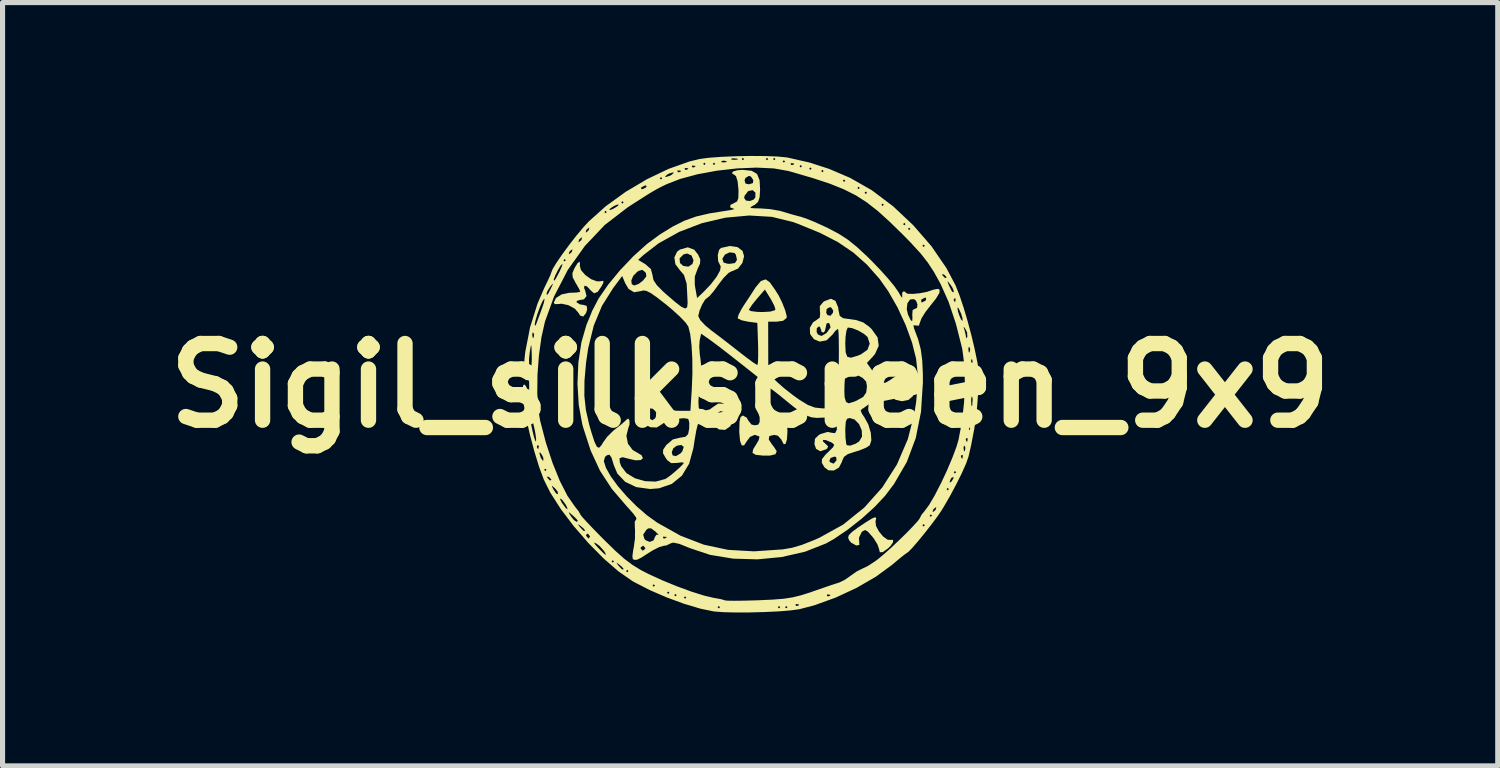
<source format=kicad_pcb>
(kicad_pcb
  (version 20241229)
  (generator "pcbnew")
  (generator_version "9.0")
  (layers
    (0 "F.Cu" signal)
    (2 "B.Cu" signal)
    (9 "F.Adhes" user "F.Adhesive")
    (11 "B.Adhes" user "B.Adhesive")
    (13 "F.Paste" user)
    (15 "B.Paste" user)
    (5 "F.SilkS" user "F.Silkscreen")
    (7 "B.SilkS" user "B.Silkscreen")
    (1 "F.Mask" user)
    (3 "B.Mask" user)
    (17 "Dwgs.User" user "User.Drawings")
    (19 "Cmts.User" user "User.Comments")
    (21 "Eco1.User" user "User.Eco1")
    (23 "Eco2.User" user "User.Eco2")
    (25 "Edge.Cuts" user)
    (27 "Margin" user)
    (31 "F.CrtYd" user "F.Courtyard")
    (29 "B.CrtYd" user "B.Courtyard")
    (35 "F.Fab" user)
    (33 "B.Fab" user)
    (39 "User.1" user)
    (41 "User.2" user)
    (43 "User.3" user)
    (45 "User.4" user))
  (footprint "Sigil_silkscreen_9x9"
    (layer "F.Cu")
    (at 11.621 4.49)
    (property "Reference" "Sigil_silkscreen_9x9" (at 0 0 0) (layer "F.SilkS") (effects (font (size 1.5 1.5) (thickness 0.3))))
    (attr board_only exclude_from_pos_files exclude_from_bom)
    (fp_poly (pts (xy 2.466 2.6) (xy 2.452 2.657) (xy 2.462 2.746) (xy 2.519 2.854) (xy 2.602 2.954) (xy 2.688 3.015) (xy 2.74 3.02) (xy 2.796 3.018) (xy 2.795 3.066) (xy 2.743 3.141) (xy 2.698 3.184) (xy 2.593 3.259) (xy 2.537 3.261) (xy 2.52 3.193) (xy 2.52 3.193) (xy 2.49 3.107) (xy 2.418 2.991) (xy 2.387 2.952) (xy 2.302 2.856) (xy 2.248 2.826) (xy 2.199 2.851) (xy 2.181 2.868) (xy 2.128 2.978) (xy 2.132 3.043) (xy 2.136 3.118) (xy 2.08 3.128) (xy 2.073 3.127) (xy 1.978 3.075) (xy 1.938 3.029) (xy 1.917 2.978) (xy 1.93 2.928) (xy 1.99 2.866) (xy 2.109 2.778) (xy 2.249 2.684) (xy 2.38 2.602) (xy 2.448 2.575)) (stroke (width 0) (type solid)) (fill yes) (layer "F.SilkS"))
    (fp_poly (pts (xy -3.327 -2.372) (xy -3.332 -2.344) (xy -3.308 -2.257) (xy -3.224 -2.161) (xy -3.11 -2.08) (xy -2.995 -2.037) (xy -2.939 -2.038) (xy -2.872 -2.048) (xy -2.87 -2.012) (xy -2.9 -1.951) (xy -2.98 -1.832) (xy -3.052 -1.804) (xy -3.122 -1.864) (xy -3.122 -1.865) (xy -3.192 -1.939) (xy -3.241 -1.953) (xy -3.247 -1.907) (xy -3.227 -1.86) (xy -3.199 -1.75) (xy -3.25 -1.686) (xy -3.328 -1.673) (xy -3.391 -1.654) (xy -3.393 -1.626) (xy -3.326 -1.586) (xy -3.272 -1.579) (xy -3.197 -1.559) (xy -3.187 -1.491) (xy -3.209 -1.418) (xy -3.264 -1.349) (xy -3.326 -1.369) (xy -3.353 -1.415) (xy -3.428 -1.503) (xy -3.554 -1.571) (xy -3.687 -1.6) (xy -3.739 -1.594) (xy -3.818 -1.592) (xy -3.841 -1.617) (xy -3.798 -1.711) (xy -3.687 -1.782) (xy -3.532 -1.814) (xy -3.507 -1.814) (xy -3.391 -1.819) (xy -3.326 -1.832) (xy -3.322 -1.837) (xy -3.344 -1.888) (xy -3.399 -1.985) (xy -3.414 -2.009) (xy -3.471 -2.118) (xy -3.476 -2.199) (xy -3.436 -2.293) (xy -3.374 -2.395) (xy -3.334 -2.423)) (stroke (width 0) (type solid)) (fill yes) (layer "F.SilkS"))
    (fp_poly (pts (xy 0.285 -4.488) (xy 0.529 -4.479) (xy 0.709 -4.462) (xy 0.739 -4.457) (xy 1.162 -4.361) (xy 1.547 -4.236) (xy 1.947 -4.065) (xy 1.956 -4.061) (xy 2.379 -3.82) (xy 2.797 -3.505) (xy 3.192 -3.133) (xy 3.546 -2.725) (xy 3.839 -2.297) (xy 4.019 -1.956) (xy 4.096 -1.761) (xy 4.176 -1.521) (xy 4.255 -1.254) (xy 4.329 -0.977) (xy 4.393 -0.706) (xy 4.444 -0.458) (xy 4.477 -0.25) (xy 4.49 -0.1) (xy 4.478 -0.026) (xy 4.466 0.035) (xy 4.456 0.16) (xy 4.449 0.286) (xy 4.429 0.539) (xy 4.384 0.846) (xy 4.321 1.174) (xy 4.271 1.39) (xy 4.225 1.523) (xy 4.141 1.712) (xy 4.031 1.933) (xy 3.908 2.163) (xy 3.784 2.377) (xy 3.736 2.455) (xy 3.652 2.576) (xy 3.539 2.727) (xy 3.412 2.889) (xy 3.286 3.043) (xy 3.177 3.169) (xy 3.099 3.25) (xy 3.075 3.268) (xy 3.023 3.304) (xy 2.92 3.386) (xy 2.789 3.496) (xy 2.775 3.508) (xy 2.461 3.738) (xy 2.083 3.957) (xy 1.672 4.148) (xy 1.258 4.298) (xy 0.962 4.375) (xy 0.797 4.398) (xy 0.563 4.417) (xy 0.288 4.43) (xy -0.003 4.438) (xy -0.284 4.439) (xy -0.527 4.433) (xy -0.707 4.419) (xy -0.707 4.419) (xy -0.973 4.364) (xy -1.07 4.335) (xy -0.636 4.335) (xy -0.613 4.359) (xy -0.589 4.335) (xy 0.542 4.335) (xy 0.565 4.359) (xy 0.589 4.335) (xy 0.683 4.335) (xy 0.707 4.359) (xy 0.73 4.335) (xy 0.707 4.312) (xy 0.683 4.335) (xy 0.589 4.335) (xy 0.565 4.312) (xy 0.542 4.335) (xy -0.589 4.335) (xy -0.613 4.312) (xy -0.636 4.335) (xy -1.07 4.335) (xy -1.254 4.28) (xy 0.888 4.28) (xy 0.894 4.308) (xy 0.919 4.312) (xy 0.958 4.295) (xy 0.95 4.28) (xy 0.894 4.275) (xy 0.888 4.28) (xy -1.254 4.28) (xy -1.289 4.27) (xy -1.624 4.147) (xy -1.296 4.147) (xy -1.272 4.17) (xy -1.249 4.147) (xy -1.272 4.123) (xy -1.296 4.147) (xy -1.624 4.147) (xy -1.628 4.145) (xy -1.734 4.1) (xy -1.484 4.1) (xy -1.461 4.123) (xy -1.437 4.1) (xy -1.461 4.076) (xy -1.484 4.1) (xy -1.734 4.1) (xy -1.843 4.053) (xy -1.626 4.053) (xy -1.602 4.076) (xy -1.579 4.053) (xy -1.602 4.029) (xy -1.626 4.053) (xy -1.843 4.053) (xy -1.961 4.002) (xy -2.138 3.911) (xy -1.909 3.911) (xy -1.885 3.935) (xy -1.861 3.911) (xy -1.885 3.888) (xy -1.909 3.911) (xy -2.138 3.911) (xy -2.259 3.849) (xy -2.302 3.825) (xy -2.574 3.635) (xy -2.582 3.629) (xy -2.427 3.629) (xy -2.403 3.652) (xy -2.38 3.629) (xy -2.403 3.605) (xy -2.427 3.629) (xy -2.582 3.629) (xy -2.771 3.464) (xy -2.612 3.464) (xy -2.601 3.488) (xy -2.574 3.523) (xy -2.506 3.596) (xy -2.475 3.595) (xy -2.474 3.587) (xy -2.506 3.548) (xy -2.556 3.505) (xy -2.612 3.464) (xy -2.771 3.464) (xy -2.799 3.44) (xy -2.71 3.44) (xy -2.686 3.464) (xy -2.663 3.44) (xy -2.686 3.417) (xy -2.71 3.44) (xy -2.799 3.44) (xy -2.868 3.38) (xy -3.165 3.079) (xy -3.173 3.07) (xy -3.055 3.07) (xy -3.03 3.11) (xy -2.972 3.175) (xy -2.866 3.282) (xy -2.82 3.317) (xy -2.831 3.28) (xy -2.858 3.235) (xy -2.943 3.14) (xy -3.011 3.088) (xy -3.055 3.07) (xy -3.173 3.07) (xy -3.296 2.927) (xy -3.212 2.927) (xy -3.204 2.945) (xy -3.162 2.99) (xy -3.155 2.992) (xy -3.134 2.956) (xy -3.134 2.945) (xy -3.17 2.9) (xy -3.184 2.898) (xy -3.212 2.927) (xy -3.296 2.927) (xy -3.449 2.751) (xy -3.48 2.71) (xy -3.366 2.71) (xy -3.355 2.734) (xy -3.328 2.769) (xy -3.259 2.842) (xy -3.229 2.841) (xy -3.228 2.833) (xy -3.26 2.794) (xy -3.31 2.751) (xy -3.366 2.71) (xy -3.48 2.71) (xy -3.649 2.487) (xy -3.547 2.487) (xy -3.506 2.556) (xy -3.445 2.633) (xy -3.39 2.667) (xy -3.369 2.646) (xy -3.4 2.607) (xy -3.47 2.54) (xy -3.54 2.481) (xy -3.547 2.487) (xy -3.649 2.487) (xy -3.702 2.417) (xy -3.827 2.222) (xy -3.718 2.222) (xy -3.684 2.29) (xy -3.675 2.303) (xy -3.608 2.395) (xy -3.572 2.424) (xy -3.579 2.386) (xy -3.604 2.335) (xy -3.666 2.247) (xy -3.704 2.212) (xy -3.718 2.222) (xy -3.827 2.222) (xy -3.908 2.095) (xy -3.966 1.979) (xy -3.873 1.979) (xy -3.842 2.042) (xy -3.792 2.114) (xy -3.757 2.124) (xy -3.765 2.074) (xy -3.814 2.013) (xy -3.872 1.961) (xy -3.873 1.979) (xy -3.966 1.979) (xy -4.036 1.838) (xy -4.057 1.781) (xy -3.974 1.781) (xy -3.963 1.807) (xy -3.915 1.858) (xy -3.888 1.847) (xy -3.888 1.841) (xy -3.921 1.801) (xy -3.942 1.786) (xy -3.974 1.781) (xy -4.057 1.781) (xy -4.106 1.649) (xy -4.029 1.649) (xy -4.006 1.673) (xy -3.982 1.649) (xy -4.006 1.626) (xy -4.029 1.649) (xy -4.106 1.649) (xy -4.129 1.586) (xy -4.208 1.328) (xy -4.12 1.328) (xy -4.094 1.412) (xy -4.059 1.466) (xy -4.043 1.466) (xy -4.045 1.414) (xy -4.071 1.358) (xy -4.112 1.303) (xy -4.12 1.328) (xy -4.208 1.328) (xy -4.22 1.29) (xy -4.243 1.202) (xy -4.171 1.202) (xy -4.153 1.24) (xy -4.139 1.233) (xy -4.133 1.177) (xy -4.139 1.17) (xy -4.167 1.177) (xy -4.171 1.202) (xy -4.243 1.202) (xy -4.304 0.973) (xy -4.374 0.662) (xy -4.375 0.656) (xy -4.296 0.656) (xy -4.28 0.771) (xy -4.261 0.868) (xy -4.229 1) (xy -4.201 1.081) (xy -4.188 1.094) (xy -4.186 1.041) (xy -4.202 0.925) (xy -4.221 0.828) (xy -4.254 0.696) (xy -4.281 0.615) (xy -4.294 0.602) (xy -4.296 0.656) (xy -4.375 0.656) (xy -4.409 0.467) (xy -4.308 0.467) (xy -4.299 0.528) (xy -4.283 0.529) (xy -4.272 0.466) (xy -4.28 0.439) (xy -4.301 0.421) (xy -4.308 0.467) (xy -4.409 0.467) (xy -4.425 0.379) (xy -4.451 0.152) (xy -4.453 0.088) (xy -4.439 -0.005) (xy -4.407 -0.019) (xy -4.371 0.037) (xy -4.346 0.153) (xy -4.336 0.233) (xy -4.328 0.228) (xy -4.324 0.154) (xy -4.163 0.154) (xy -4.142 0.478) (xy -4.108 0.683) (xy -3.996 1.113) (xy -3.865 1.512) (xy -3.722 1.865) (xy -3.574 2.155) (xy -3.427 2.368) (xy -3.421 2.375) (xy -3.352 2.463) (xy -3.322 2.519) (xy -3.322 2.52) (xy -3.291 2.563) (xy -3.204 2.659) (xy -3.074 2.796) (xy -2.913 2.961) (xy -2.852 3.022) (xy -2.636 3.233) (xy -2.459 3.39) (xy -2.299 3.51) (xy -2.134 3.611) (xy -1.992 3.684) (xy -1.722 3.808) (xy -1.434 3.926) (xy -1.153 4.029) (xy -0.903 4.108) (xy -0.709 4.154) (xy -0.683 4.158) (xy -0.567 4.179) (xy -0.499 4.199) (xy -0.496 4.202) (xy -0.443 4.208) (xy -0.314 4.21) (xy -0.126 4.208) (xy 0.101 4.202) (xy 0.164 4.2) (xy 0.443 4.187) (xy 0.657 4.17) (xy 0.832 4.143) (xy 0.998 4.102) (xy 1.03 4.092) (xy 1.5 4.092) (xy 1.507 4.12) (xy 1.532 4.123) (xy 1.57 4.106) (xy 1.563 4.092) (xy 1.507 4.086) (xy 1.5 4.092) (xy 1.03 4.092) (xy 1.184 4.043) (xy 1.225 4.028) (xy 1.421 3.96) (xy 1.591 3.902) (xy 1.711 3.863) (xy 1.744 3.853) (xy 1.845 3.804) (xy 1.961 3.724) (xy 1.967 3.719) (xy 2.087 3.635) (xy 2.199 3.579) (xy 2.202 3.578) (xy 2.302 3.53) (xy 2.433 3.445) (xy 2.497 3.399) (xy 2.614 3.302) (xy 2.758 3.173) (xy 2.912 3.027) (xy 3.062 2.881) (xy 3.19 2.748) (xy 3.204 2.733) (xy 3.369 2.733) (xy 3.393 2.757) (xy 3.417 2.733) (xy 3.393 2.71) (xy 3.369 2.733) (xy 3.204 2.733) (xy 3.282 2.647) (xy 3.322 2.59) (xy 3.322 2.587) (xy 3.344 2.545) (xy 3.511 2.545) (xy 3.534 2.568) (xy 3.558 2.545) (xy 3.534 2.521) (xy 3.511 2.545) (xy 3.344 2.545) (xy 3.351 2.529) (xy 3.399 2.471) (xy 3.569 2.471) (xy 3.576 2.474) (xy 3.619 2.441) (xy 3.629 2.427) (xy 3.641 2.383) (xy 3.634 2.38) (xy 3.591 2.413) (xy 3.581 2.427) (xy 3.569 2.471) (xy 3.399 2.471) (xy 3.413 2.454) (xy 3.502 2.333) (xy 3.612 2.146) (xy 3.673 2.026) (xy 3.841 2.026) (xy 3.864 2.05) (xy 3.888 2.026) (xy 3.864 2.003) (xy 3.841 2.026) (xy 3.673 2.026) (xy 3.73 1.916) (xy 3.737 1.903) (xy 3.9 1.903) (xy 3.935 1.88) (xy 3.941 1.874) (xy 3.978 1.812) (xy 3.973 1.789) (xy 3.938 1.804) (xy 3.914 1.848) (xy 3.9 1.903) (xy 3.737 1.903) (xy 3.834 1.696) (xy 3.982 1.696) (xy 4.006 1.72) (xy 4.029 1.696) (xy 4.006 1.673) (xy 3.982 1.696) (xy 3.834 1.696) (xy 3.848 1.666) (xy 3.953 1.418) (xy 3.964 1.39) (xy 4.123 1.39) (xy 4.141 1.429) (xy 4.155 1.422) (xy 4.16 1.366) (xy 4.155 1.359) (xy 4.127 1.365) (xy 4.123 1.39) (xy 3.964 1.39) (xy 4.027 1.221) (xy 4.174 1.221) (xy 4.183 1.282) (xy 4.199 1.283) (xy 4.21 1.22) (xy 4.203 1.193) (xy 4.182 1.175) (xy 4.174 1.221) (xy 4.027 1.221) (xy 4.036 1.197) (xy 4.076 1.06) (xy 4.218 1.06) (xy 4.235 1.099) (xy 4.249 1.092) (xy 4.255 1.036) (xy 4.249 1.029) (xy 4.221 1.035) (xy 4.218 1.06) (xy 4.076 1.06) (xy 4.13 0.778) (xy 4.276 0.778) (xy 4.281 0.863) (xy 4.293 0.873) (xy 4.297 0.86) (xy 4.305 0.741) (xy 4.297 0.695) (xy 4.284 0.68) (xy 4.276 0.746) (xy 4.276 0.778) (xy 4.13 0.778) (xy 4.142 0.713) (xy 4.184 0.333) (xy 4.185 0.306) (xy 4.323 0.306) (xy 4.328 0.392) (xy 4.34 0.402) (xy 4.344 0.389) (xy 4.352 0.269) (xy 4.344 0.224) (xy 4.331 0.209) (xy 4.323 0.274) (xy 4.323 0.306) (xy 4.185 0.306) (xy 4.197 0.024) (xy 4.318 0.024) (xy 4.331 0.05) (xy 4.359 0) (xy 4.393 -0.11) (xy 4.399 -0.165) (xy 4.387 -0.191) (xy 4.359 -0.141) (xy 4.325 -0.031) (xy 4.318 0.024) (xy 4.197 0.024) (xy 4.2 -0.049) (xy 4.189 -0.404) (xy 4.184 -0.448) (xy 4.319 -0.448) (xy 4.327 -0.381) (xy 4.343 -0.389) (xy 4.349 -0.485) (xy 4.343 -0.507) (xy 4.326 -0.513) (xy 4.319 -0.448) (xy 4.184 -0.448) (xy 4.151 -0.703) (xy 4.149 -0.711) (xy 4.268 -0.711) (xy 4.277 -0.65) (xy 4.293 -0.649) (xy 4.304 -0.712) (xy 4.297 -0.739) (xy 4.276 -0.757) (xy 4.268 -0.711) (xy 4.149 -0.711) (xy 4.145 -0.732) (xy 4.039 -1.152) (xy 4.178 -1.152) (xy 4.179 -1.129) (xy 4.191 -1.092) (xy 4.216 -0.99) (xy 4.221 -0.95) (xy 4.233 -0.923) (xy 4.248 -0.952) (xy 4.244 -1.035) (xy 4.217 -1.094) (xy 4.178 -1.152) (xy 4.039 -1.152) (xy 4.021 -1.219) (xy 3.919 -1.524) (xy 4.054 -1.524) (xy 4.064 -1.454) (xy 4.084 -1.388) (xy 4.123 -1.295) (xy 4.152 -1.262) (xy 4.154 -1.263) (xy 4.153 -1.316) (xy 4.126 -1.407) (xy 4.078 -1.51) (xy 4.054 -1.524) (xy 3.919 -1.524) (xy 3.883 -1.631) (xy 3.865 -1.673) (xy 3.982 -1.673) (xy 3.999 -1.634) (xy 4.013 -1.641) (xy 4.019 -1.697) (xy 4.013 -1.704) (xy 3.985 -1.698) (xy 3.982 -1.673) (xy 3.865 -1.673) (xy 3.725 -1.986) (xy 3.716 -2.003) (xy 3.706 -2.021) (xy 3.863 -2.021) (xy 3.895 -1.944) (xy 3.947 -1.839) (xy 3.976 -1.819) (xy 3.982 -1.852) (xy 3.956 -1.915) (xy 3.911 -1.982) (xy 3.864 -2.038) (xy 3.863 -2.021) (xy 3.706 -2.021) (xy 3.619 -2.178) (xy 3.754 -2.178) (xy 3.765 -2.151) (xy 3.813 -2.101) (xy 3.84 -2.111) (xy 3.841 -2.118) (xy 3.807 -2.158) (xy 3.786 -2.172) (xy 3.754 -2.178) (xy 3.619 -2.178) (xy 3.597 -2.218) (xy 3.476 -2.403) (xy 3.335 -2.583) (xy 3.197 -2.733) (xy 3.369 -2.733) (xy 3.393 -2.71) (xy 3.417 -2.733) (xy 3.393 -2.757) (xy 3.369 -2.733) (xy 3.197 -2.733) (xy 3.153 -2.782) (xy 2.992 -2.946) (xy 2.873 -3.063) (xy 3.087 -3.063) (xy 3.11 -3.04) (xy 3.134 -3.063) (xy 3.11 -3.087) (xy 3.087 -3.063) (xy 2.873 -3.063) (xy 2.776 -3.157) (xy 2.992 -3.157) (xy 3.016 -3.134) (xy 3.04 -3.157) (xy 3.016 -3.181) (xy 2.992 -3.157) (xy 2.776 -3.157) (xy 2.729 -3.203) (xy 2.499 -3.412) (xy 2.343 -3.534) (xy 2.568 -3.534) (xy 2.592 -3.511) (xy 2.615 -3.534) (xy 2.592 -3.558) (xy 2.568 -3.534) (xy 2.343 -3.534) (xy 2.283 -3.581) (xy 2.065 -3.721) (xy 1.967 -3.77) (xy 2.238 -3.77) (xy 2.262 -3.746) (xy 2.286 -3.77) (xy 2.262 -3.794) (xy 2.238 -3.77) (xy 1.967 -3.77) (xy 1.827 -3.84) (xy 1.767 -3.864) (xy 2.097 -3.864) (xy 2.121 -3.841) (xy 2.144 -3.864) (xy 2.121 -3.888) (xy 2.097 -3.864) (xy 1.767 -3.864) (xy 1.552 -3.95) (xy 1.382 -4.006) (xy 1.814 -4.006) (xy 1.838 -3.982) (xy 1.861 -4.006) (xy 1.838 -4.029) (xy 1.814 -4.006) (xy 1.382 -4.006) (xy 1.223 -4.058) (xy 0.823 -4.175) (xy 0.754 -4.194) (xy 1.39 -4.194) (xy 1.414 -4.171) (xy 1.437 -4.194) (xy 1.414 -4.218) (xy 1.39 -4.194) (xy 0.754 -4.194) (xy 0.743 -4.197) (xy 0.493 -4.241) (xy 1.155 -4.241) (xy 1.178 -4.218) (xy 1.202 -4.241) (xy 1.178 -4.265) (xy 1.155 -4.241) (xy 0.493 -4.241) (xy 0.464 -4.246) (xy 0.122 -4.262) (xy -0.256 -4.246) (xy -0.648 -4.202) (xy -1.028 -4.132) (xy -1.372 -4.039) (xy -1.634 -3.937) (xy -1.733 -3.889) (xy -1.818 -3.845) (xy -1.905 -3.795) (xy -2.014 -3.729) (xy -2.163 -3.634) (xy -2.37 -3.501) (xy -2.405 -3.477) (xy -2.842 -3.141) (xy -3.231 -2.731) (xy -3.566 -2.261) (xy -3.834 -1.743) (xy -4.013 -1.249) (xy -4.082 -0.94) (xy -4.131 -0.584) (xy -4.159 -0.21) (xy -4.163 0.154) (xy -4.324 0.154) (xy -4.323 0.134) (xy -4.321 0.071) (xy -4.322 -0.069) (xy -4.337 -0.132) (xy -4.353 -0.125) (xy -4.389 -0.104) (xy -4.413 -0.161) (xy -4.424 -0.282) (xy -4.419 -0.451) (xy -4.412 -0.525) (xy -4.324 -0.525) (xy -4.323 -0.427) (xy -4.32 -0.412) (xy -4.293 -0.355) (xy -4.276 -0.389) (xy -4.27 -0.513) (xy -4.271 -0.601) (xy -4.276 -0.741) (xy -4.281 -0.792) (xy -4.292 -0.761) (xy -4.309 -0.66) (xy -4.324 -0.525) (xy -4.412 -0.525) (xy -4.398 -0.655) (xy -4.398 -0.656) (xy -4.332 -0.994) (xy -4.261 -0.994) (xy -4.252 -0.932) (xy -4.236 -0.932) (xy -4.225 -0.995) (xy -4.233 -1.022) (xy -4.253 -1.04) (xy -4.261 -0.994) (xy -4.332 -0.994) (xy -4.304 -1.14) (xy -4.29 -1.183) (xy -4.214 -1.183) (xy -4.214 -1.181) (xy -4.199 -1.172) (xy -4.184 -1.202) (xy -4.153 -1.286) (xy -4.103 -1.419) (xy -4.075 -1.496) (xy -4.034 -1.617) (xy -4.021 -1.688) (xy -4.029 -1.696) (xy -4.065 -1.641) (xy -4.114 -1.528) (xy -4.163 -1.391) (xy -4.2 -1.265) (xy -4.214 -1.183) (xy -4.29 -1.183) (xy -4.157 -1.605) (xy -4.074 -1.797) (xy -3.982 -1.797) (xy -3.973 -1.768) (xy -3.941 -1.811) (xy -3.892 -1.909) (xy -3.856 -1.987) (xy -3.866 -1.986) (xy -3.909 -1.935) (xy -3.965 -1.847) (xy -3.982 -1.797) (xy -4.074 -1.797) (xy -4.028 -1.904) (xy -3.957 -2.051) (xy -3.949 -2.068) (xy -3.841 -2.068) (xy -3.831 -2.049) (xy -3.799 -2.093) (xy -3.735 -2.213) (xy -3.728 -2.227) (xy -3.683 -2.326) (xy -3.67 -2.378) (xy -3.673 -2.38) (xy -3.708 -2.343) (xy -3.76 -2.256) (xy -3.81 -2.156) (xy -3.839 -2.079) (xy -3.841 -2.068) (xy -3.949 -2.068) (xy -3.906 -2.162) (xy -3.888 -2.214) (xy -3.86 -2.283) (xy -3.784 -2.407) (xy -3.754 -2.45) (xy -3.652 -2.45) (xy -3.629 -2.427) (xy -3.605 -2.45) (xy -3.629 -2.474) (xy -3.652 -2.45) (xy -3.754 -2.45) (xy -3.674 -2.567) (xy -3.671 -2.571) (xy -3.546 -2.571) (xy -3.54 -2.568) (xy -3.497 -2.601) (xy -3.487 -2.615) (xy -3.475 -2.659) (xy -3.482 -2.663) (xy -3.525 -2.629) (xy -3.534 -2.615) (xy -3.546 -2.571) (xy -3.671 -2.571) (xy -3.542 -2.746) (xy -3.495 -2.807) (xy -3.358 -2.807) (xy -3.351 -2.804) (xy -3.308 -2.837) (xy -3.299 -2.851) (xy -3.287 -2.895) (xy -3.293 -2.898) (xy -3.336 -2.865) (xy -3.346 -2.851) (xy -3.358 -2.807) (xy -3.495 -2.807) (xy -3.403 -2.925) (xy -3.344 -2.995) (xy -3.216 -2.995) (xy -3.21 -2.992) (xy -3.167 -3.026) (xy -3.157 -3.04) (xy -3.145 -3.084) (xy -3.152 -3.087) (xy -3.195 -3.053) (xy -3.204 -3.04) (xy -3.216 -2.995) (xy -3.344 -2.995) (xy -3.268 -3.087) (xy -3.157 -3.208) (xy -2.95 -3.393) (xy -2.851 -3.393) (xy -2.827 -3.369) (xy -2.804 -3.393) (xy -2.827 -3.417) (xy -2.851 -3.393) (xy -2.95 -3.393) (xy -2.901 -3.437) (xy -2.757 -3.437) (xy -2.722 -3.437) (xy -2.663 -3.464) (xy -2.588 -3.512) (xy -2.568 -3.538) (xy -2.603 -3.537) (xy -2.663 -3.511) (xy -2.737 -3.462) (xy -2.757 -3.437) (xy -2.901 -3.437) (xy -2.823 -3.507) (xy -2.72 -3.581) (xy -2.521 -3.581) (xy -2.498 -3.558) (xy -2.474 -3.581) (xy -2.498 -3.605) (xy -2.521 -3.581) (xy -2.72 -3.581) (xy -2.436 -3.787) (xy -2.299 -3.868) (xy -2.137 -3.868) (xy -2.126 -3.843) (xy -2.1 -3.841) (xy -2.036 -3.875) (xy -2.027 -3.887) (xy -2.034 -3.914) (xy -2.071 -3.906) (xy -2.137 -3.868) (xy -2.299 -3.868) (xy -2.018 -4.035) (xy -1.98 -4.053) (xy -1.767 -4.053) (xy -1.744 -4.029) (xy -1.72 -4.053) (xy -1.744 -4.076) (xy -1.767 -4.053) (xy -1.98 -4.053) (xy -1.911 -4.086) (xy -1.664 -4.086) (xy -1.649 -4.078) (xy -1.572 -4.101) (xy -1.532 -4.123) (xy -1.494 -4.161) (xy -1.508 -4.169) (xy -1.585 -4.146) (xy -1.626 -4.123) (xy -1.664 -4.086) (xy -1.911 -4.086) (xy -1.668 -4.202) (xy -1.422 -4.202) (xy -1.415 -4.174) (xy -1.39 -4.171) (xy -1.351 -4.188) (xy -1.359 -4.202) (xy -1.415 -4.208) (xy -1.422 -4.202) (xy -1.668 -4.202) (xy -1.594 -4.237) (xy -1.561 -4.249) (xy -1.28 -4.249) (xy -1.274 -4.221) (xy -1.249 -4.218) (xy -1.21 -4.235) (xy -1.217 -4.249) (xy -1.273 -4.255) (xy -1.28 -4.249) (xy -1.561 -4.249) (xy -1.429 -4.296) (xy -1.139 -4.296) (xy -1.132 -4.268) (xy -1.107 -4.265) (xy -1.069 -4.282) (xy -1.072 -4.288) (xy 0.966 -4.288) (xy 0.99 -4.265) (xy 1.013 -4.288) (xy 0.99 -4.312) (xy 0.966 -4.288) (xy -1.072 -4.288) (xy -1.076 -4.296) (xy -1.132 -4.302) (xy -1.139 -4.296) (xy -1.429 -4.296) (xy -1.318 -4.335) (xy -0.919 -4.335) (xy -0.895 -4.312) (xy -0.872 -4.335) (xy -0.73 -4.335) (xy -0.707 -4.312) (xy -0.683 -4.335) (xy -0.691 -4.343) (xy 0.793 -4.343) (xy 0.8 -4.315) (xy 0.825 -4.312) (xy 0.863 -4.329) (xy 0.856 -4.343) (xy 0.8 -4.349) (xy 0.793 -4.343) (xy -0.691 -4.343) (xy -0.707 -4.359) (xy -0.73 -4.335) (xy -0.872 -4.335) (xy -0.895 -4.359) (xy -0.919 -4.335) (xy -1.318 -4.335) (xy -1.22 -4.37) (xy -0.569 -4.37) (xy -0.522 -4.363) (xy -0.461 -4.371) (xy -0.461 -4.383) (xy 0.636 -4.383) (xy 0.66 -4.359) (xy 0.683 -4.383) (xy 0.66 -4.406) (xy 0.636 -4.383) (xy -0.461 -4.383) (xy -0.46 -4.387) (xy -0.524 -4.399) (xy -0.551 -4.391) (xy -0.569 -4.37) (xy -1.22 -4.37) (xy -1.187 -4.382) (xy -1.029 -4.42) (xy -0.371 -4.42) (xy -0.306 -4.414) (xy -0.239 -4.421) (xy -0.244 -4.43) (xy -0.165 -4.43) (xy -0.141 -4.406) (xy -0.118 -4.43) (xy 0.306 -4.43) (xy 0.33 -4.406) (xy 0.353 -4.43) (xy 0.448 -4.43) (xy 0.471 -4.406) (xy 0.495 -4.43) (xy 0.471 -4.453) (xy 0.448 -4.43) (xy 0.353 -4.43) (xy 0.33 -4.453) (xy 0.306 -4.43) (xy -0.118 -4.43) (xy -0.141 -4.453) (xy -0.165 -4.43) (xy -0.244 -4.43) (xy -0.247 -4.437) (xy -0.344 -4.444) (xy -0.365 -4.437) (xy -0.371 -4.42) (xy -1.029 -4.42) (xy -0.99 -4.43) (xy -0.811 -4.454) (xy -0.569 -4.472) (xy -0.289 -4.484) (xy 0.004 -4.49)) (stroke (width 0) (type solid)) (fill yes) (layer "F.SilkS"))
    (fp_poly (pts (xy 0.029 -4.2) (xy 0.135 -4.138) (xy 0.185 -4.016) (xy 0.195 -3.833) (xy 0.185 -3.681) (xy 0.156 -3.593) (xy 0.098 -3.539) (xy 0.071 -3.525) (xy 0.01 -3.49) (xy 0.012 -3.472) (xy 0.087 -3.466) (xy 0.199 -3.464) (xy 0.391 -3.45) (xy 0.584 -3.416) (xy 0.646 -3.398) (xy 0.808 -3.349) (xy 0.959 -3.308) (xy 0.99 -3.301) (xy 1.095 -3.266) (xy 1.256 -3.201) (xy 1.445 -3.115) (xy 1.532 -3.074) (xy 1.734 -2.967) (xy 1.911 -2.853) (xy 2.086 -2.712) (xy 2.288 -2.525) (xy 2.362 -2.452) (xy 2.536 -2.272) (xy 2.695 -2.096) (xy 2.82 -1.945) (xy 2.894 -1.838) (xy 2.895 -1.838) (xy 2.949 -1.745) (xy 2.976 -1.714) (xy 2.974 -1.73) (xy 2.974 -1.812) (xy 2.994 -1.839) (xy 3.036 -1.834) (xy 3.04 -1.818) (xy 3.08 -1.795) (xy 3.183 -1.792) (xy 3.318 -1.805) (xy 3.456 -1.831) (xy 3.566 -1.868) (xy 3.575 -1.872) (xy 3.673 -1.891) (xy 3.707 -1.873) (xy 3.703 -1.813) (xy 3.634 -1.699) (xy 3.537 -1.577) (xy 3.429 -1.438) (xy 3.352 -1.315) (xy 3.322 -1.235) (xy 3.322 -1.235) (xy 3.3 -1.17) (xy 3.246 -1.174) (xy 3.194 -1.179) (xy 3.205 -1.12) (xy 3.285 -0.907) (xy 3.337 -0.708) (xy 3.366 -0.493) (xy 3.378 -0.232) (xy 3.379 -0.058) (xy 3.342 0.514) (xy 3.239 1.029) (xy 3.064 1.496) (xy 2.814 1.926) (xy 2.641 2.155) (xy 2.437 2.373) (xy 2.183 2.603) (xy 1.907 2.82) (xy 1.64 3.001) (xy 1.486 3.088) (xy 1.075 3.25) (xy 0.62 3.354) (xy 0.143 3.4) (xy -0.332 3.386) (xy -0.783 3.312) (xy -1.185 3.178) (xy -1.19 3.175) (xy -1.382 3.098) (xy -1.501 3.072) (xy -1.549 3.085) (xy -1.635 3.127) (xy -1.687 3.134) (xy -1.776 3.159) (xy -1.905 3.224) (xy -1.987 3.275) (xy -2.129 3.367) (xy -2.217 3.409) (xy -2.271 3.408) (xy -2.296 3.391) (xy -2.302 3.333) (xy -2.287 3.219) (xy -2.279 3.181) (xy -2.144 3.181) (xy -2.108 3.227) (xy -2.097 3.228) (xy -2.051 3.192) (xy -2.05 3.181) (xy -2.086 3.135) (xy -2.097 3.134) (xy -2.143 3.17) (xy -2.144 3.181) (xy -2.279 3.181) (xy -2.276 3.167) (xy -2.252 2.992) (xy -2.252 2.918) (xy -2.092 2.918) (xy -2.067 3.001) (xy -2.044 3.026) (xy -1.962 3.059) (xy -1.887 3.027) (xy -1.861 2.961) (xy -1.861 2.961) (xy -1.704 2.961) (xy -1.698 2.989) (xy -1.673 2.992) (xy -1.634 2.975) (xy -1.641 2.961) (xy -1.697 2.955) (xy -1.704 2.961) (xy -1.861 2.961) (xy -1.832 2.916) (xy -1.803 2.923) (xy -1.792 2.918) (xy -1.842 2.866) (xy -1.854 2.855) (xy -1.938 2.793) (xy -1.995 2.795) (xy -2.031 2.825) (xy -2.092 2.918) (xy -2.252 2.918) (xy -2.251 2.818) (xy -2.254 2.792) (xy -2.257 2.665) (xy -2.228 2.616) (xy -2.224 2.615) (xy -2.228 2.585) (xy -2.286 2.504) (xy -2.387 2.39) (xy -2.408 2.368) (xy -2.703 2.024) (xy -2.936 1.667) (xy -3.022 1.481) (xy -2.861 1.481) (xy -2.819 1.612) (xy -2.725 1.778) (xy -2.588 1.966) (xy -2.418 2.163) (xy -2.226 2.357) (xy -2.02 2.536) (xy -1.814 2.684) (xy -1.36 2.938) (xy -0.905 3.113) (xy -0.432 3.214) (xy 0.076 3.243) (xy 0.635 3.205) (xy 0.636 3.205) (xy 0.821 3.173) (xy 1.014 3.116) (xy 1.245 3.025) (xy 1.353 2.978) (xy 1.819 2.72) (xy 2.232 2.388) (xy 2.585 1.993) (xy 2.872 1.543) (xy 3.085 1.047) (xy 3.211 0.552) (xy 3.247 0.323) (xy 3.259 0.183) (xy 3.247 0.13) (xy 3.21 0.162) (xy 3.183 0.208) (xy 3.097 0.282) (xy 2.969 0.307) (xy 2.844 0.279) (xy 2.795 0.245) (xy 2.684 0.164) (xy 2.578 0.163) (xy 2.455 0.243) (xy 2.417 0.279) (xy 2.308 0.376) (xy 2.218 0.442) (xy 2.193 0.455) (xy 2.161 0.487) (xy 2.189 0.555) (xy 2.232 0.617) (xy 2.312 0.763) (xy 2.36 0.925) (xy 2.371 1.072) (xy 2.34 1.169) (xy 2.267 1.217) (xy 2.138 1.269) (xy 2.056 1.294) (xy 1.912 1.341) (xy 1.836 1.395) (xy 1.8 1.473) (xy 1.797 1.49) (xy 1.738 1.603) (xy 1.639 1.662) (xy 1.53 1.658) (xy 1.454 1.6) (xy 1.402 1.512) (xy 1.404 1.473) (xy 1.549 1.473) (xy 1.564 1.501) (xy 1.634 1.528) (xy 1.689 1.465) (xy 1.69 1.461) (xy 1.683 1.4) (xy 1.651 1.39) (xy 1.574 1.417) (xy 1.549 1.473) (xy 1.404 1.473) (xy 1.406 1.439) (xy 1.473 1.353) (xy 1.534 1.294) (xy 1.621 1.208) (xy 1.645 1.16) (xy 1.611 1.126) (xy 1.584 1.11) (xy 1.483 1.068) (xy 1.424 1.064) (xy 1.427 1.096) (xy 1.464 1.13) (xy 1.524 1.188) (xy 1.509 1.23) (xy 1.484 1.248) (xy 1.372 1.286) (xy 1.289 1.238) (xy 1.258 1.145) (xy 1.268 1.041) (xy 1.345 0.967) (xy 1.377 0.949) (xy 1.517 0.907) (xy 1.587 0.923) (xy 1.661 0.932) (xy 1.684 0.888) (xy 1.861 0.888) (xy 1.866 1.033) (xy 1.879 1.137) (xy 1.89 1.167) (xy 1.956 1.176) (xy 2.06 1.14) (xy 2.132 1.094) (xy 2.188 1) (xy 2.183 0.876) (xy 2.13 0.754) (xy 2.042 0.664) (xy 1.948 0.636) (xy 1.897 0.65) (xy 1.871 0.707) (xy 1.862 0.828) (xy 1.861 0.888) (xy 1.684 0.888) (xy 1.697 0.863) (xy 1.688 0.727) (xy 1.668 0.662) (xy 1.624 0.63) (xy 1.53 0.623) (xy 1.413 0.629) (xy 1.298 0.633) (xy 1.202 0.622) (xy 1.107 0.589) (xy 0.996 0.524) (xy 0.853 0.418) (xy 0.662 0.263) (xy 0.577 0.193) (xy 0.458 0.1) (xy 0.37 0.04) (xy 0.335 0.028) (xy 0.33 0.081) (xy 0.331 0.203) (xy 0.339 0.372) (xy 0.342 0.412) (xy 0.364 0.624) (xy 0.399 0.746) (xy 0.449 0.781) (xy 0.517 0.733) (xy 0.559 0.678) (xy 0.632 0.608) (xy 0.687 0.628) (xy 0.72 0.733) (xy 0.73 0.898) (xy 0.72 1.054) (xy 0.694 1.14) (xy 0.658 1.149) (xy 0.616 1.071) (xy 0.613 1.06) (xy 0.543 0.981) (xy 0.468 0.966) (xy 0.375 0.989) (xy 0.364 1.056) (xy 0.436 1.164) (xy 0.458 1.189) (xy 0.52 1.284) (xy 0.496 1.344) (xy 0.385 1.371) (xy 0.254 1.371) (xy 0.108 1.355) (xy 0.046 1.317) (xy 0.06 1.245) (xy 0.111 1.164) (xy 0.168 1.066) (xy 0.183 1.002) (xy 0.179 0.996) (xy 0.092 0.964) (xy -0.002 1.005) (xy -0.063 1.087) (xy -0.119 1.172) (xy -0.165 1.169) (xy -0.197 1.082) (xy -0.212 0.916) (xy -0.212 0.869) (xy -0.207 0.708) (xy -0.189 0.621) (xy -0.152 0.59) (xy -0.137 0.589) (xy -0.066 0.629) (xy -0.037 0.683) (xy 0.026 0.763) (xy 0.092 0.778) (xy 0.16 0.765) (xy 0.187 0.711) (xy 0.186 0.601) (xy 0.179 0.453) (xy 0.173 0.262) (xy 0.17 0.135) (xy 0.165 -0.154) (xy -0.247 -0.48) (xy -0.432 -0.625) (xy -0.604 -0.758) (xy -0.743 -0.862) (xy -0.809 -0.91) (xy -0.958 -1.014) (xy -0.987 -0.884) (xy -0.995 -0.76) (xy -0.983 -0.595) (xy -0.971 -0.518) (xy -0.95 -0.288) (xy -0.968 -0.071) (xy -0.995 0.107) (xy -1.01 0.282) (xy -1.011 0.318) (xy -1.005 0.435) (xy -0.971 0.485) (xy -0.901 0.495) (xy -0.788 0.467) (xy -0.73 0.424) (xy -0.624 0.353) (xy -0.505 0.356) (xy -0.4 0.417) (xy -0.333 0.524) (xy -0.326 0.653) (xy -0.388 0.797) (xy -0.49 0.868) (xy -0.61 0.859) (xy -0.718 0.778) (xy -0.819 0.705) (xy -0.905 0.683) (xy -0.958 0.688) (xy -0.997 0.712) (xy -1.027 0.773) (xy -1.054 0.884) (xy -1.085 1.063) (xy -1.109 1.221) (xy -1.192 1.527) (xy -1.333 1.762) (xy -1.531 1.924) (xy -1.781 2.01) (xy -1.954 2.024) (xy -2.226 1.987) (xy -2.443 1.884) (xy -2.597 1.722) (xy -2.667 1.555) (xy -2.71 1.413) (xy -2.75 1.353) (xy -2.801 1.364) (xy -2.839 1.397) (xy -2.861 1.481) (xy -3.022 1.481) (xy -3.119 1.271) (xy -3.268 0.812) (xy -3.283 0.756) (xy -3.352 0.378) (xy -3.362 0.205) (xy -3.242 0.205) (xy -3.212 0.481) (xy -3.146 0.771) (xy -3.103 0.919) (xy -3.044 1.101) (xy -2.997 1.198) (xy -2.954 1.218) (xy -2.908 1.168) (xy -2.881 1.121) (xy -2.798 1.005) (xy -2.675 0.883) (xy -2.63 0.847) (xy -2.517 0.758) (xy -2.438 0.688) (xy -2.421 0.669) (xy -2.382 0.645) (xy -2.359 0.686) (xy -2.359 0.762) (xy -2.382 0.829) (xy -2.42 0.984) (xy -2.389 1.139) (xy -2.298 1.26) (xy -2.237 1.296) (xy -2.125 1.362) (xy -2.096 1.42) (xy -2.138 1.458) (xy -2.242 1.463) (xy -2.36 1.436) (xy -2.494 1.402) (xy -2.554 1.422) (xy -2.549 1.502) (xy -2.522 1.578) (xy -2.419 1.713) (xy -2.254 1.814) (xy -2.054 1.871) (xy -1.848 1.879) (xy -1.662 1.829) (xy -1.645 1.82) (xy -1.569 1.767) (xy -1.47 1.686) (xy -1.374 1.6) (xy -1.309 1.533) (xy -1.296 1.512) (xy -1.336 1.502) (xy -1.432 1.514) (xy -1.433 1.514) (xy -1.543 1.518) (xy -1.621 1.46) (xy -1.652 1.416) (xy -1.704 1.325) (xy -1.703 1.302) (xy -1.532 1.302) (xy -1.518 1.364) (xy -1.455 1.382) (xy -1.454 1.382) (xy -1.365 1.331) (xy -1.326 1.286) (xy -1.298 1.2) (xy -1.346 1.163) (xy -1.434 1.177) (xy -1.503 1.228) (xy -1.532 1.302) (xy -1.703 1.302) (xy -1.702 1.258) (xy -1.642 1.166) (xy -1.64 1.164) (xy -1.512 1.055) (xy -1.379 1.022) (xy -1.265 1.003) (xy -1.213 0.951) (xy -1.192 0.843) (xy -1.19 0.726) (xy -1.209 0.656) (xy -1.214 0.652) (xy -1.299 0.639) (xy -1.431 0.653) (xy -1.574 0.686) (xy -1.686 0.73) (xy -1.722 0.756) (xy -1.826 0.821) (xy -1.948 0.816) (xy -2.064 0.758) (xy -2.148 0.66) (xy -2.17 0.552) (xy -2.043 0.552) (xy -1.993 0.627) (xy -1.914 0.68) (xy -1.86 0.644) (xy -1.844 0.611) (xy -0.654 0.611) (xy -0.598 0.667) (xy -0.519 0.681) (xy -0.458 0.65) (xy -0.448 0.615) (xy -0.478 0.534) (xy -0.497 0.517) (xy -0.581 0.502) (xy -0.645 0.542) (xy -0.654 0.611) (xy -1.844 0.611) (xy -1.843 0.608) (xy -1.836 0.506) (xy -1.908 0.453) (xy -1.958 0.448) (xy -2.035 0.478) (xy -2.043 0.552) (xy -2.17 0.552) (xy -2.174 0.536) (xy -2.168 0.503) (xy -2.127 0.386) (xy -2.087 0.318) (xy -1.988 0.264) (xy -1.858 0.276) (xy -1.729 0.349) (xy -1.701 0.377) (xy -1.598 0.458) (xy -1.468 0.491) (xy -1.38 0.495) (xy -1.168 0.495) (xy -1.141 0.069) (xy -1.129 -0.229) (xy -1.131 -0.523) (xy -1.146 -0.79) (xy -1.172 -1.008) (xy -1.209 -1.155) (xy -1.264 -1.233) (xy -1.376 -1.35) (xy -1.527 -1.487) (xy -1.642 -1.583) (xy -1.822 -1.723) (xy -1.946 -1.81) (xy -2.032 -1.852) (xy -2.095 -1.859) (xy -2.132 -1.848) (xy -2.269 -1.824) (xy -2.377 -1.889) (xy -2.443 -2.001) (xy -2.465 -2.053) (xy -2.324 -2.053) (xy -2.315 -1.981) (xy -2.265 -1.956) (xy -2.18 -1.987) (xy -2.094 -2.053) (xy -2.03 -2.135) (xy -2.038 -2.198) (xy -2.054 -2.219) (xy -2.109 -2.263) (xy -2.178 -2.243) (xy -2.21 -2.222) (xy -2.287 -2.144) (xy -2.324 -2.053) (xy -2.465 -2.053) (xy -2.502 -2.142) (xy -2.68 -1.904) (xy -2.898 -1.558) (xy -3.058 -1.173) (xy -3.167 -0.731) (xy -3.209 -0.444) (xy -3.24 -0.092) (xy -3.242 0.205) (xy -3.362 0.205) (xy -3.377 -0.034) (xy -3.359 -0.452) (xy -3.3 -0.846) (xy -3.201 -1.187) (xy -3.185 -1.225) (xy -3.138 -1.338) (xy -3.089 -1.461) (xy -2.963 -1.702) (xy -2.776 -1.973) (xy -2.544 -2.255) (xy -2.35 -2.458) (xy -2.19 -2.458) (xy -2.049 -2.373) (xy -1.942 -2.279) (xy -1.909 -2.16) (xy -1.909 -2.153) (xy -1.89 -2.062) (xy -1.826 -1.964) (xy -1.702 -1.839) (xy -1.644 -1.787) (xy -1.464 -1.632) (xy -1.343 -1.539) (xy -1.269 -1.506) (xy -1.232 -1.53) (xy -1.223 -1.608) (xy -1.226 -1.696) (xy -1.234 -1.852) (xy -1.241 -1.991) (xy -1.294 -2.162) (xy -1.367 -2.247) (xy -1.462 -2.373) (xy -1.479 -2.486) (xy -1.38 -2.486) (xy -1.372 -2.396) (xy -1.308 -2.339) (xy -1.208 -2.324) (xy -1.129 -2.377) (xy -1.107 -2.447) (xy -1.145 -2.543) (xy -1.233 -2.582) (xy -1.303 -2.564) (xy -1.38 -2.486) (xy -1.479 -2.486) (xy -1.482 -2.505) (xy -1.428 -2.618) (xy -1.373 -2.659) (xy -1.22 -2.703) (xy -1.094 -2.657) (xy -1.017 -2.56) (xy -0.975 -2.467) (xy -0.98 -2.385) (xy -1.029 -2.278) (xy -1.082 -2.132) (xy -1.083 -1.974) (xy -1.074 -1.916) (xy -1.037 -1.711) (xy -0.919 -1.822) (xy -0.77 -1.978) (xy -0.656 -2.126) (xy -0.587 -2.25) (xy -0.575 -2.332) (xy -0.584 -2.346) (xy -0.626 -2.434) (xy -0.628 -2.471) (xy -0.542 -2.471) (xy -0.518 -2.404) (xy -0.432 -2.38) (xy -0.401 -2.38) (xy -0.297 -2.395) (xy -0.26 -2.451) (xy -0.259 -2.471) (xy -0.281 -2.562) (xy -0.307 -2.592) (xy -0.401 -2.605) (xy -0.493 -2.561) (xy -0.541 -2.482) (xy -0.542 -2.471) (xy -0.628 -2.471) (xy -0.633 -2.55) (xy -0.608 -2.651) (xy -0.569 -2.691) (xy -0.394 -2.729) (xy -0.247 -2.707) (xy -0.149 -2.633) (xy -0.118 -2.529) (xy -0.152 -2.396) (xy -0.236 -2.288) (xy -0.344 -2.239) (xy -0.355 -2.238) (xy -0.423 -2.201) (xy -0.519 -2.104) (xy -0.615 -1.979) (xy -0.71 -1.848) (xy -0.789 -1.755) (xy -0.831 -1.72) (xy -0.88 -1.681) (xy -0.938 -1.585) (xy -0.988 -1.469) (xy -1.013 -1.367) (xy -1.013 -1.355) (xy -0.976 -1.28) (xy -0.878 -1.176) (xy -0.766 -1.083) (xy -0.603 -0.96) (xy -0.407 -0.809) (xy -0.218 -0.661) (xy -0.203 -0.649) (xy -0.056 -0.536) (xy 0.061 -0.45) (xy 0.131 -0.405) (xy 0.141 -0.401) (xy 0.152 -0.444) (xy 0.157 -0.56) (xy 0.157 -0.728) (xy 0.155 -0.813) (xy 0.141 -1.225) (xy -0.043 -1.249) (xy -0.164 -1.275) (xy -0.236 -1.31) (xy -0.243 -1.319) (xy -0.227 -1.382) (xy -0.178 -1.477) (xy -0.024 -1.477) (xy 0.019 -1.455) (xy 0.129 -1.441) (xy 0.236 -1.437) (xy 0.396 -1.446) (xy 0.483 -1.472) (xy 0.495 -1.491) (xy 0.472 -1.562) (xy 0.414 -1.674) (xy 0.392 -1.711) (xy 0.289 -1.877) (xy 0.133 -1.697) (xy 0.043 -1.586) (xy -0.014 -1.502) (xy -0.024 -1.477) (xy -0.178 -1.477) (xy -0.17 -1.493) (xy -0.116 -1.579) (xy -0.017 -1.728) (xy 0.073 -1.867) (xy 0.107 -1.92) (xy 0.21 -2.043) (xy 0.304 -2.076) (xy 0.385 -2.019) (xy 0.386 -2.017) (xy 0.451 -1.925) (xy 0.481 -1.883) (xy 0.556 -1.765) (xy 0.628 -1.618) (xy 0.685 -1.474) (xy 0.715 -1.362) (xy 0.714 -1.321) (xy 0.644 -1.266) (xy 0.52 -1.249) (xy 0.353 -1.249) (xy 0.354 -0.742) (xy 0.355 -0.236) (xy 0.531 -0.065) (xy 0.671 0.058) (xy 0.845 0.194) (xy 0.96 0.276) (xy 1.126 0.378) (xy 1.264 0.431) (xy 1.413 0.447) (xy 1.444 0.448) (xy 1.6 0.436) (xy 1.686 0.403) (xy 1.696 0.389) (xy 1.707 0.315) (xy 1.717 0.173) (xy 1.719 0.111) (xy 1.843 0.111) (xy 1.847 0.214) (xy 1.849 0.233) (xy 1.876 0.321) (xy 1.926 0.348) (xy 2.024 0.32) (xy 2.083 0.295) (xy 2.212 0.223) (xy 2.271 0.135) (xy 2.284 0.021) (xy 2.858 0.021) (xy 2.891 0.085) (xy 2.895 0.091) (xy 2.987 0.158) (xy 3.068 0.144) (xy 3.105 0.09) (xy 3.131 0.001) (xy 3.134 -0.027) (xy 3.096 -0.063) (xy 3.01 -0.065) (xy 2.913 -0.034) (xy 2.901 -0.026) (xy 2.858 0.021) (xy 2.284 0.021) (xy 2.285 0.013) (xy 2.268 -0.078) (xy 2.202 -0.148) (xy 2.088 -0.211) (xy 1.97 -0.267) (xy 1.895 -0.301) (xy 1.882 -0.306) (xy 1.868 -0.264) (xy 1.855 -0.16) (xy 1.846 -0.024) (xy 1.843 0.111) (xy 1.719 0.111) (xy 1.724 -0.017) (xy 1.73 -0.237) (xy 1.734 -0.466) (xy 1.736 -0.687) (xy 1.734 -0.822) (xy 1.861 -0.822) (xy 1.868 -0.651) (xy 1.9 -0.562) (xy 1.973 -0.544) (xy 2.106 -0.584) (xy 2.169 -0.61) (xy 2.295 -0.699) (xy 2.339 -0.819) (xy 2.297 -0.948) (xy 2.227 -1.01) (xy 2.117 -1.074) (xy 2.002 -1.12) (xy 1.919 -1.134) (xy 1.907 -1.13) (xy 1.883 -1.071) (xy 1.866 -0.948) (xy 1.861 -0.822) (xy 1.734 -0.822) (xy 1.734 -0.878) (xy 1.73 -1.023) (xy 1.722 -1.1) (xy 1.717 -1.107) (xy 1.67 -1.072) (xy 1.611 -0.996) (xy 1.495 -0.884) (xy 1.361 -0.859) (xy 1.249 -0.905) (xy 1.173 -1.007) (xy 1.171 -1.046) (xy 1.301 -1.046) (xy 1.327 -0.997) (xy 1.397 -0.969) (xy 1.484 -1.02) (xy 1.505 -1.04) (xy 1.573 -1.138) (xy 1.553 -1.209) (xy 1.532 -1.225) (xy 1.494 -1.211) (xy 1.484 -1.16) (xy 1.463 -1.069) (xy 1.437 -1.037) (xy 1.397 -1.047) (xy 1.39 -1.081) (xy 1.366 -1.146) (xy 1.343 -1.155) (xy 1.303 -1.119) (xy 1.301 -1.046) (xy 1.171 -1.046) (xy 1.168 -1.129) (xy 1.23 -1.236) (xy 1.285 -1.272) (xy 1.362 -1.328) (xy 1.37 -1.419) (xy 1.369 -1.422) (xy 1.488 -1.422) (xy 1.515 -1.376) (xy 1.572 -1.365) (xy 1.618 -1.419) (xy 1.626 -1.464) (xy 1.588 -1.524) (xy 1.555 -1.532) (xy 1.496 -1.496) (xy 1.488 -1.422) (xy 1.369 -1.422) (xy 1.365 -1.446) (xy 1.363 -1.552) (xy 1.427 -1.63) (xy 1.458 -1.652) (xy 1.58 -1.697) (xy 1.669 -1.656) (xy 1.721 -1.529) (xy 1.729 -1.469) (xy 1.753 -1.362) (xy 1.817 -1.317) (xy 1.885 -1.307) (xy 2.076 -1.28) (xy 2.211 -1.234) (xy 2.325 -1.153) (xy 2.376 -1.104) (xy 2.493 -0.941) (xy 2.515 -0.778) (xy 2.443 -0.617) (xy 2.403 -0.569) (xy 2.284 -0.441) (xy 2.379 -0.307) (xy 2.443 -0.203) (xy 2.474 -0.127) (xy 2.474 -0.122) (xy 2.488 -0.073) (xy 2.494 -0.071) (xy 2.55 -0.056) (xy 2.579 -0.046) (xy 2.654 -0.058) (xy 2.757 -0.119) (xy 2.783 -0.14) (xy 2.937 -0.234) (xy 3.08 -0.253) (xy 3.194 -0.195) (xy 3.21 -0.177) (xy 3.251 -0.132) (xy 3.269 -0.157) (xy 3.274 -0.256) (xy 3.246 -0.525) (xy 3.166 -0.842) (xy 3.042 -1.183) (xy 2.898 -1.494) (xy 3.063 -1.494) (xy 3.088 -1.386) (xy 3.141 -1.277) (xy 3.17 -1.259) (xy 3.175 -1.332) (xy 3.171 -1.378) (xy 3.178 -1.476) (xy 3.216 -1.496) (xy 3.264 -1.518) (xy 3.273 -1.586) (xy 3.245 -1.658) (xy 3.226 -1.673) (xy 3.346 -1.673) (xy 3.348 -1.629) (xy 3.364 -1.626) (xy 3.43 -1.66) (xy 3.44 -1.673) (xy 3.438 -1.716) (xy 3.422 -1.72) (xy 3.355 -1.686) (xy 3.346 -1.673) (xy 3.226 -1.673) (xy 3.205 -1.69) (xy 3.127 -1.682) (xy 3.076 -1.608) (xy 3.063 -1.494) (xy 2.898 -1.494) (xy 2.884 -1.525) (xy 2.701 -1.844) (xy 2.529 -2.088) (xy 2.282 -2.367) (xy 2.018 -2.601) (xy 1.719 -2.804) (xy 1.366 -2.986) (xy 0.941 -3.16) (xy 0.834 -3.199) (xy 0.425 -3.299) (xy -0.019 -3.325) (xy -0.481 -3.283) (xy -0.943 -3.175) (xy -1.385 -3.006) (xy -1.79 -2.781) (xy -2.085 -2.553) (xy -2.19 -2.458) (xy -2.35 -2.458) (xy -2.286 -2.526) (xy -2.019 -2.767) (xy -1.767 -2.953) (xy -1.51 -3.111) (xy -1.284 -3.224) (xy -1.057 -3.305) (xy -0.798 -3.366) (xy -0.495 -3.414) (xy -0.37 -3.434) (xy -0.309 -3.45) (xy -0.318 -3.457) (xy -0.391 -3.485) (xy -0.384 -3.533) (xy -0.309 -3.571) (xy -0.256 -3.599) (xy -0.231 -3.663) (xy -0.231 -3.67) (xy -0.118 -3.67) (xy -0.083 -3.618) (xy -0.006 -3.608) (xy 0.071 -3.638) (xy 0.102 -3.679) (xy 0.104 -3.772) (xy 0.049 -3.821) (xy -0.034 -3.804) (xy -0.045 -3.795) (xy -0.106 -3.715) (xy -0.118 -3.67) (xy -0.231 -3.67) (xy -0.227 -3.789) (xy -0.229 -3.844) (xy -0.245 -3.996) (xy -0.252 -4.017) (xy -0.109 -4.017) (xy -0.092 -3.951) (xy -0.024 -3.935) (xy 0.054 -3.959) (xy 0.062 -4.017) (xy 0.015 -4.087) (xy -0.024 -4.1) (xy -0.09 -4.061) (xy -0.109 -4.017) (xy -0.252 -4.017) (xy -0.276 -4.092) (xy -0.296 -4.112) (xy -0.356 -4.15) (xy -0.336 -4.185) (xy -0.247 -4.211) (xy -0.145 -4.218)) (stroke (width 0) (type solid)) (fill yes) (layer "F.SilkS")))
  (gr_rect
    (start -3 -3)
    (end 26.243 11.929)
    (stroke (width 0.1) (type default))
    (fill no)
    (layer "Edge.Cuts")))
</source>
